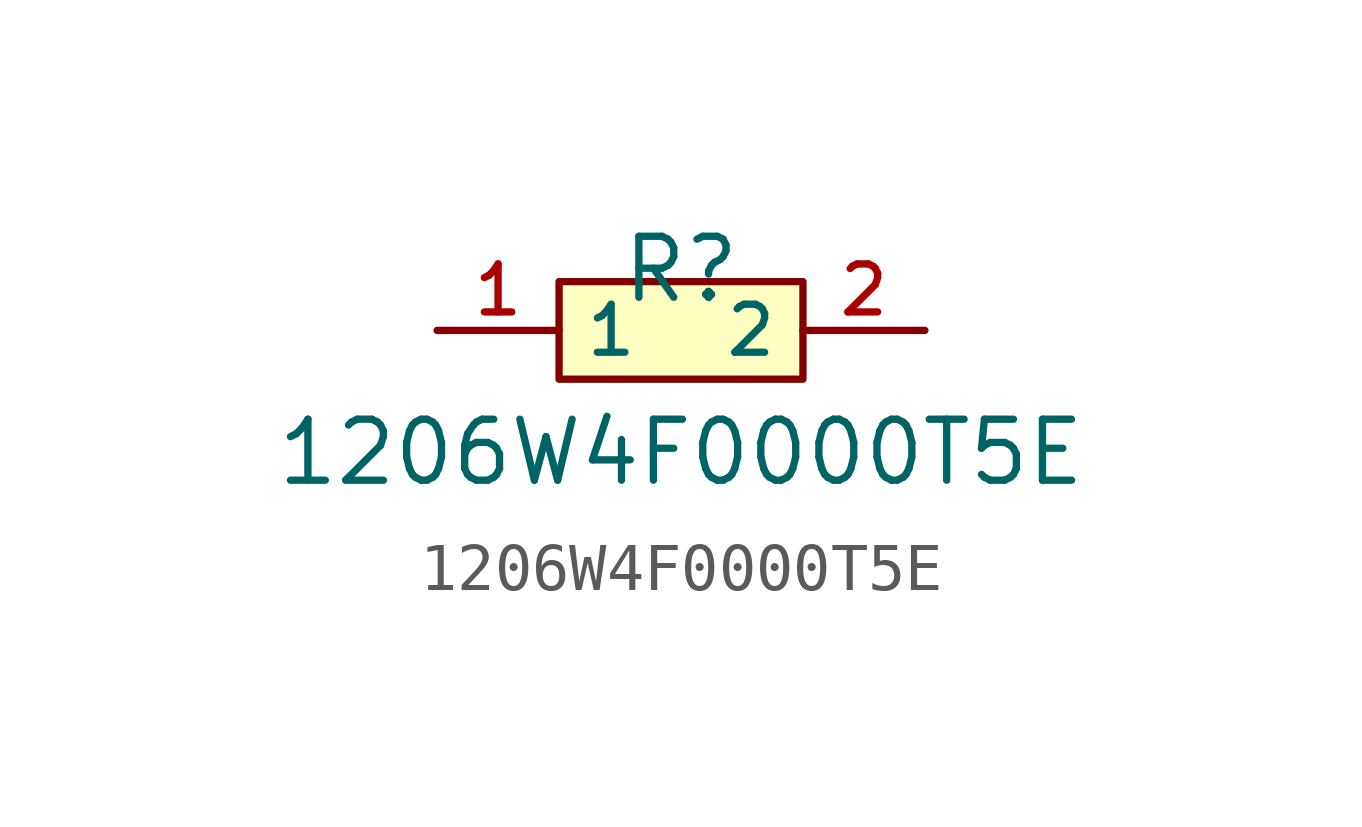
<source format=kicad_sym>
(kicad_symbol_lib
  (version 20210201)
  (generator TousstNicolas/JLC2KiCad_lib)
  (symbol "1206W4F0000T5E"
    (property "Reference" "R"
      (at 0 1.27 0)
      (effects (font (size 1.27 1.27))))
    (property "Value" "1206W4F0000T5E"
      (at 0 -2.54 0)
      (effects (font (size 1.27 1.27))))
    (symbol "1206W4F0000T5E_0_1"
      (pin input line (at 5.08 -0.0 180) (length 2.54) (name "2" (effects (font (size 1 1)))) (number "2" (effects (font (size 1 1)))))
      (pin input line (at -5.08 -0.0 0) (length 2.54) (name "1" (effects (font (size 1 1)))) (number "1" (effects (font (size 1 1)))))
      (rectangle (start -2.54 1.016) (end 2.54 -1.016) (stroke (width 0) (type default) (color 0 0 0 0)) (fill (type background))))))
</source>
